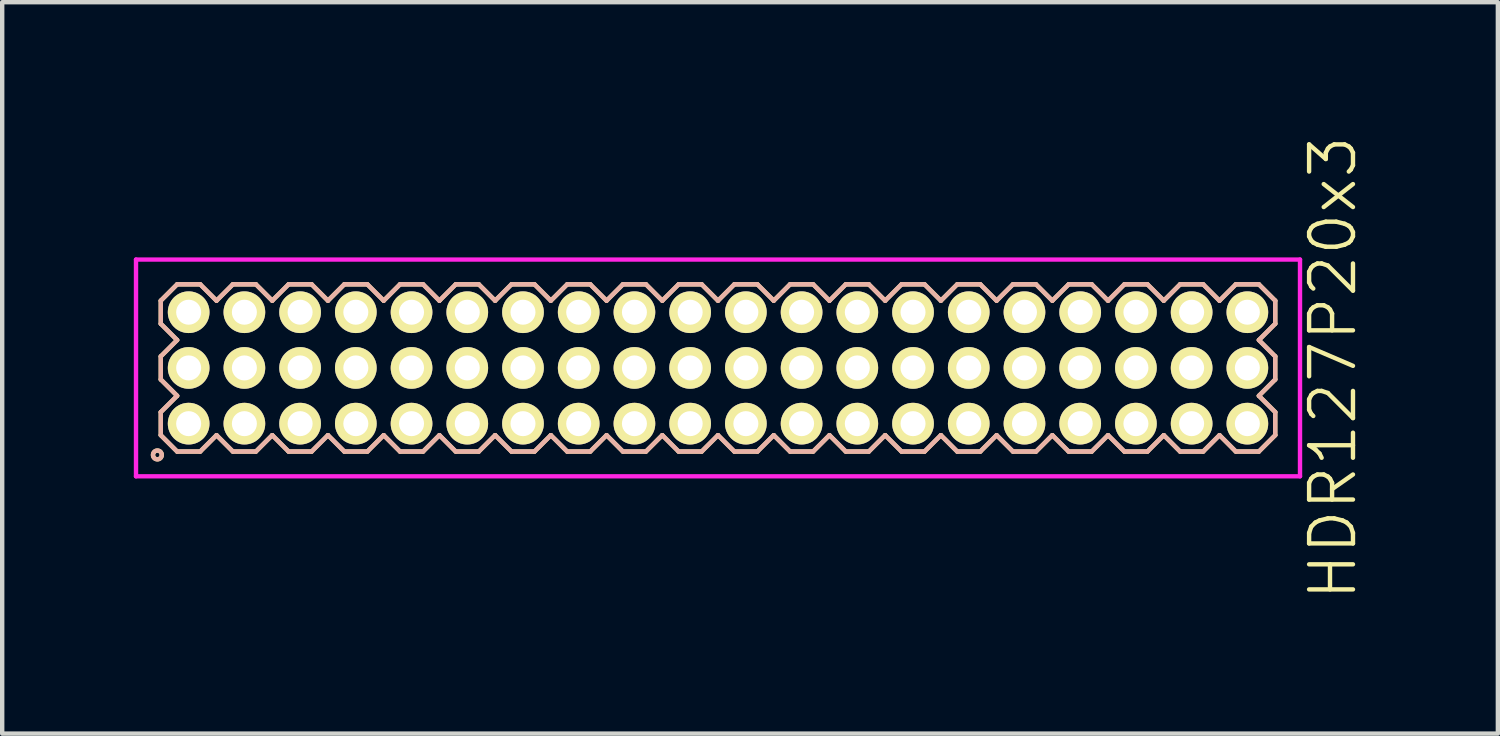
<source format=kicad_pcb>
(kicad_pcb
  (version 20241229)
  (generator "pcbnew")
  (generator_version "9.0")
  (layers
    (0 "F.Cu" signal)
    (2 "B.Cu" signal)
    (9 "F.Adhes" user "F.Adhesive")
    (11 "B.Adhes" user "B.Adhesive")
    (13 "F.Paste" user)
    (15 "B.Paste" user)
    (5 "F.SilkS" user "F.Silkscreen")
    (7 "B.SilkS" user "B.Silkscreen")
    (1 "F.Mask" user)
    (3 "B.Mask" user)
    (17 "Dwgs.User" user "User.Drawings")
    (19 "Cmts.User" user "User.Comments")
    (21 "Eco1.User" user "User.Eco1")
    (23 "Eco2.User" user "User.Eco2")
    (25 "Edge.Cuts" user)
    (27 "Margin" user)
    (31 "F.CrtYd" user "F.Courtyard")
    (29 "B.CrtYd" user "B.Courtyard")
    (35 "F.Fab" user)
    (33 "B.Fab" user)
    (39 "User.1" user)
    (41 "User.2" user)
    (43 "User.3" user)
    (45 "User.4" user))
  (footprint "HDR127P20x3"
    (layer "F.Cu")
    (at 13.315 5.336)
    (property "Reference" "HDR127P20x3" (at 14.015 0 90) (layer "F.SilkS") (effects (font (size 1 1) (thickness 0.1))))
    (attr through_hole)
    (fp_line (start -12.7 -1.533) (end -12.328 -1.905) (stroke (width 0.1) (type solid)) (layer "F.SilkS"))
    (fp_line (start -12.7 -1.007) (end -12.7 -1.533) (stroke (width 0.1) (type solid)) (layer "F.SilkS"))
    (fp_line (start -12.7 -0.263) (end -12.328 -0.635) (stroke (width 0.1) (type solid)) (layer "F.SilkS"))
    (fp_line (start -12.7 0.263) (end -12.7 -0.263) (stroke (width 0.1) (type solid)) (layer "F.SilkS"))
    (fp_line (start -12.7 1.007) (end -12.328 0.635) (stroke (width 0.1) (type solid)) (layer "F.SilkS"))
    (fp_line (start -12.7 1.533) (end -12.7 1.007) (stroke (width 0.1) (type solid)) (layer "F.SilkS"))
    (fp_line (start -12.328 -1.905) (end -11.802 -1.905) (stroke (width 0.1) (type solid)) (layer "F.SilkS"))
    (fp_line (start -12.328 -0.635) (end -12.7 -1.007) (stroke (width 0.1) (type solid)) (layer "F.SilkS"))
    (fp_line (start -12.328 0.635) (end -12.7 0.263) (stroke (width 0.1) (type solid)) (layer "F.SilkS"))
    (fp_line (start -12.328 1.905) (end -12.7 1.533) (stroke (width 0.1) (type solid)) (layer "F.SilkS"))
    (fp_line (start -11.802 -1.905) (end -11.43 -1.533) (stroke (width 0.1) (type solid)) (layer "F.SilkS"))
    (fp_line (start -11.802 1.905) (end -12.328 1.905) (stroke (width 0.1) (type solid)) (layer "F.SilkS"))
    (fp_line (start -11.43 -1.533) (end -11.058 -1.905) (stroke (width 0.1) (type solid)) (layer "F.SilkS"))
    (fp_line (start -11.43 1.533) (end -11.802 1.905) (stroke (width 0.1) (type solid)) (layer "F.SilkS"))
    (fp_line (start -11.058 -1.905) (end -10.532 -1.905) (stroke (width 0.1) (type solid)) (layer "F.SilkS"))
    (fp_line (start -11.058 1.905) (end -11.43 1.533) (stroke (width 0.1) (type solid)) (layer "F.SilkS"))
    (fp_line (start -10.532 -1.905) (end -10.16 -1.533) (stroke (width 0.1) (type solid)) (layer "F.SilkS"))
    (fp_line (start -10.532 1.905) (end -11.058 1.905) (stroke (width 0.1) (type solid)) (layer "F.SilkS"))
    (fp_line (start -10.16 -1.533) (end -9.788 -1.905) (stroke (width 0.1) (type solid)) (layer "F.SilkS"))
    (fp_line (start -10.16 1.533) (end -10.532 1.905) (stroke (width 0.1) (type solid)) (layer "F.SilkS"))
    (fp_line (start -9.788 -1.905) (end -9.262 -1.905) (stroke (width 0.1) (type solid)) (layer "F.SilkS"))
    (fp_line (start -9.788 1.905) (end -10.16 1.533) (stroke (width 0.1) (type solid)) (layer "F.SilkS"))
    (fp_line (start -9.262 -1.905) (end -8.89 -1.533) (stroke (width 0.1) (type solid)) (layer "F.SilkS"))
    (fp_line (start -9.262 1.905) (end -9.788 1.905) (stroke (width 0.1) (type solid)) (layer "F.SilkS"))
    (fp_line (start -8.89 -1.533) (end -8.518 -1.905) (stroke (width 0.1) (type solid)) (layer "F.SilkS"))
    (fp_line (start -8.89 1.533) (end -9.262 1.905) (stroke (width 0.1) (type solid)) (layer "F.SilkS"))
    (fp_line (start -8.518 -1.905) (end -7.992 -1.905) (stroke (width 0.1) (type solid)) (layer "F.SilkS"))
    (fp_line (start -8.518 1.905) (end -8.89 1.533) (stroke (width 0.1) (type solid)) (layer "F.SilkS"))
    (fp_line (start -7.992 -1.905) (end -7.62 -1.533) (stroke (width 0.1) (type solid)) (layer "F.SilkS"))
    (fp_line (start -7.992 1.905) (end -8.518 1.905) (stroke (width 0.1) (type solid)) (layer "F.SilkS"))
    (fp_line (start -7.62 -1.533) (end -7.248 -1.905) (stroke (width 0.1) (type solid)) (layer "F.SilkS"))
    (fp_line (start -7.62 1.533) (end -7.992 1.905) (stroke (width 0.1) (type solid)) (layer "F.SilkS"))
    (fp_line (start -7.248 -1.905) (end -6.722 -1.905) (stroke (width 0.1) (type solid)) (layer "F.SilkS"))
    (fp_line (start -7.248 1.905) (end -7.62 1.533) (stroke (width 0.1) (type solid)) (layer "F.SilkS"))
    (fp_line (start -6.722 -1.905) (end -6.35 -1.533) (stroke (width 0.1) (type solid)) (layer "F.SilkS"))
    (fp_line (start -6.722 1.905) (end -7.248 1.905) (stroke (width 0.1) (type solid)) (layer "F.SilkS"))
    (fp_line (start -6.35 -1.533) (end -5.978 -1.905) (stroke (width 0.1) (type solid)) (layer "F.SilkS"))
    (fp_line (start -6.35 1.533) (end -6.722 1.905) (stroke (width 0.1) (type solid)) (layer "F.SilkS"))
    (fp_line (start -5.978 -1.905) (end -5.452 -1.905) (stroke (width 0.1) (type solid)) (layer "F.SilkS"))
    (fp_line (start -5.978 1.905) (end -6.35 1.533) (stroke (width 0.1) (type solid)) (layer "F.SilkS"))
    (fp_line (start -5.452 -1.905) (end -5.08 -1.533) (stroke (width 0.1) (type solid)) (layer "F.SilkS"))
    (fp_line (start -5.452 1.905) (end -5.978 1.905) (stroke (width 0.1) (type solid)) (layer "F.SilkS"))
    (fp_line (start -5.08 -1.533) (end -4.708 -1.905) (stroke (width 0.1) (type solid)) (layer "F.SilkS"))
    (fp_line (start -5.08 1.533) (end -5.452 1.905) (stroke (width 0.1) (type solid)) (layer "F.SilkS"))
    (fp_line (start -4.708 -1.905) (end -4.182 -1.905) (stroke (width 0.1) (type solid)) (layer "F.SilkS"))
    (fp_line (start -4.708 1.905) (end -5.08 1.533) (stroke (width 0.1) (type solid)) (layer "F.SilkS"))
    (fp_line (start -4.182 -1.905) (end -3.81 -1.533) (stroke (width 0.1) (type solid)) (layer "F.SilkS"))
    (fp_line (start -4.182 1.905) (end -4.708 1.905) (stroke (width 0.1) (type solid)) (layer "F.SilkS"))
    (fp_line (start -3.81 -1.533) (end -3.438 -1.905) (stroke (width 0.1) (type solid)) (layer "F.SilkS"))
    (fp_line (start -3.81 1.533) (end -4.182 1.905) (stroke (width 0.1) (type solid)) (layer "F.SilkS"))
    (fp_line (start -3.438 -1.905) (end -2.912 -1.905) (stroke (width 0.1) (type solid)) (layer "F.SilkS"))
    (fp_line (start -3.438 1.905) (end -3.81 1.533) (stroke (width 0.1) (type solid)) (layer "F.SilkS"))
    (fp_line (start -2.912 -1.905) (end -2.54 -1.533) (stroke (width 0.1) (type solid)) (layer "F.SilkS"))
    (fp_line (start -2.912 1.905) (end -3.438 1.905) (stroke (width 0.1) (type solid)) (layer "F.SilkS"))
    (fp_line (start -2.54 -1.533) (end -2.168 -1.905) (stroke (width 0.1) (type solid)) (layer "F.SilkS"))
    (fp_line (start -2.54 1.533) (end -2.912 1.905) (stroke (width 0.1) (type solid)) (layer "F.SilkS"))
    (fp_line (start -2.168 -1.905) (end -1.642 -1.905) (stroke (width 0.1) (type solid)) (layer "F.SilkS"))
    (fp_line (start -2.168 1.905) (end -2.54 1.533) (stroke (width 0.1) (type solid)) (layer "F.SilkS"))
    (fp_line (start -1.642 -1.905) (end -1.27 -1.533) (stroke (width 0.1) (type solid)) (layer "F.SilkS"))
    (fp_line (start -1.642 1.905) (end -2.168 1.905) (stroke (width 0.1) (type solid)) (layer "F.SilkS"))
    (fp_line (start -1.27 -1.533) (end -0.898 -1.905) (stroke (width 0.1) (type solid)) (layer "F.SilkS"))
    (fp_line (start -1.27 1.533) (end -1.642 1.905) (stroke (width 0.1) (type solid)) (layer "F.SilkS"))
    (fp_line (start -0.898 -1.905) (end -0.372 -1.905) (stroke (width 0.1) (type solid)) (layer "F.SilkS"))
    (fp_line (start -0.898 1.905) (end -1.27 1.533) (stroke (width 0.1) (type solid)) (layer "F.SilkS"))
    (fp_line (start -0.372 -1.905) (end 0 -1.533) (stroke (width 0.1) (type solid)) (layer "F.SilkS"))
    (fp_line (start -0.372 1.905) (end -0.898 1.905) (stroke (width 0.1) (type solid)) (layer "F.SilkS"))
    (fp_line (start 0 -1.533) (end 0.372 -1.905) (stroke (width 0.1) (type solid)) (layer "F.SilkS"))
    (fp_line (start 0 1.533) (end -0.372 1.905) (stroke (width 0.1) (type solid)) (layer "F.SilkS"))
    (fp_line (start 0.372 -1.905) (end 0.898 -1.905) (stroke (width 0.1) (type solid)) (layer "F.SilkS"))
    (fp_line (start 0.372 1.905) (end 0 1.533) (stroke (width 0.1) (type solid)) (layer "F.SilkS"))
    (fp_line (start 0.898 -1.905) (end 1.27 -1.533) (stroke (width 0.1) (type solid)) (layer "F.SilkS"))
    (fp_line (start 0.898 1.905) (end 0.372 1.905) (stroke (width 0.1) (type solid)) (layer "F.SilkS"))
    (fp_line (start 1.27 -1.533) (end 1.642 -1.905) (stroke (width 0.1) (type solid)) (layer "F.SilkS"))
    (fp_line (start 1.27 1.533) (end 0.898 1.905) (stroke (width 0.1) (type solid)) (layer "F.SilkS"))
    (fp_line (start 1.642 -1.905) (end 2.168 -1.905) (stroke (width 0.1) (type solid)) (layer "F.SilkS"))
    (fp_line (start 1.642 1.905) (end 1.27 1.533) (stroke (width 0.1) (type solid)) (layer "F.SilkS"))
    (fp_line (start 2.168 -1.905) (end 2.54 -1.533) (stroke (width 0.1) (type solid)) (layer "F.SilkS"))
    (fp_line (start 2.168 1.905) (end 1.642 1.905) (stroke (width 0.1) (type solid)) (layer "F.SilkS"))
    (fp_line (start 2.54 -1.533) (end 2.912 -1.905) (stroke (width 0.1) (type solid)) (layer "F.SilkS"))
    (fp_line (start 2.54 1.533) (end 2.168 1.905) (stroke (width 0.1) (type solid)) (layer "F.SilkS"))
    (fp_line (start 2.912 -1.905) (end 3.438 -1.905) (stroke (width 0.1) (type solid)) (layer "F.SilkS"))
    (fp_line (start 2.912 1.905) (end 2.54 1.533) (stroke (width 0.1) (type solid)) (layer "F.SilkS"))
    (fp_line (start 3.438 -1.905) (end 3.81 -1.533) (stroke (width 0.1) (type solid)) (layer "F.SilkS"))
    (fp_line (start 3.438 1.905) (end 2.912 1.905) (stroke (width 0.1) (type solid)) (layer "F.SilkS"))
    (fp_line (start 3.81 -1.533) (end 4.182 -1.905) (stroke (width 0.1) (type solid)) (layer "F.SilkS"))
    (fp_line (start 3.81 1.533) (end 3.438 1.905) (stroke (width 0.1) (type solid)) (layer "F.SilkS"))
    (fp_line (start 4.182 -1.905) (end 4.708 -1.905) (stroke (width 0.1) (type solid)) (layer "F.SilkS"))
    (fp_line (start 4.182 1.905) (end 3.81 1.533) (stroke (width 0.1) (type solid)) (layer "F.SilkS"))
    (fp_line (start 4.708 -1.905) (end 5.08 -1.533) (stroke (width 0.1) (type solid)) (layer "F.SilkS"))
    (fp_line (start 4.708 1.905) (end 4.182 1.905) (stroke (width 0.1) (type solid)) (layer "F.SilkS"))
    (fp_line (start 5.08 -1.533) (end 5.452 -1.905) (stroke (width 0.1) (type solid)) (layer "F.SilkS"))
    (fp_line (start 5.08 1.533) (end 4.708 1.905) (stroke (width 0.1) (type solid)) (layer "F.SilkS"))
    (fp_line (start 5.452 -1.905) (end 5.978 -1.905) (stroke (width 0.1) (type solid)) (layer "F.SilkS"))
    (fp_line (start 5.452 1.905) (end 5.08 1.533) (stroke (width 0.1) (type solid)) (layer "F.SilkS"))
    (fp_line (start 5.978 -1.905) (end 6.35 -1.533) (stroke (width 0.1) (type solid)) (layer "F.SilkS"))
    (fp_line (start 5.978 1.905) (end 5.452 1.905) (stroke (width 0.1) (type solid)) (layer "F.SilkS"))
    (fp_line (start 6.35 -1.533) (end 6.722 -1.905) (stroke (width 0.1) (type solid)) (layer "F.SilkS"))
    (fp_line (start 6.35 1.533) (end 5.978 1.905) (stroke (width 0.1) (type solid)) (layer "F.SilkS"))
    (fp_line (start 6.722 -1.905) (end 7.248 -1.905) (stroke (width 0.1) (type solid)) (layer "F.SilkS"))
    (fp_line (start 6.722 1.905) (end 6.35 1.533) (stroke (width 0.1) (type solid)) (layer "F.SilkS"))
    (fp_line (start 7.248 -1.905) (end 7.62 -1.533) (stroke (width 0.1) (type solid)) (layer "F.SilkS"))
    (fp_line (start 7.248 1.905) (end 6.722 1.905) (stroke (width 0.1) (type solid)) (layer "F.SilkS"))
    (fp_line (start 7.62 -1.533) (end 7.992 -1.905) (stroke (width 0.1) (type solid)) (layer "F.SilkS"))
    (fp_line (start 7.62 1.533) (end 7.248 1.905) (stroke (width 0.1) (type solid)) (layer "F.SilkS"))
    (fp_line (start 7.992 -1.905) (end 8.518 -1.905) (stroke (width 0.1) (type solid)) (layer "F.SilkS"))
    (fp_line (start 7.992 1.905) (end 7.62 1.533) (stroke (width 0.1) (type solid)) (layer "F.SilkS"))
    (fp_line (start 8.518 -1.905) (end 8.89 -1.533) (stroke (width 0.1) (type solid)) (layer "F.SilkS"))
    (fp_line (start 8.518 1.905) (end 7.992 1.905) (stroke (width 0.1) (type solid)) (layer "F.SilkS"))
    (fp_line (start 8.89 -1.533) (end 9.262 -1.905) (stroke (width 0.1) (type solid)) (layer "F.SilkS"))
    (fp_line (start 8.89 1.533) (end 8.518 1.905) (stroke (width 0.1) (type solid)) (layer "F.SilkS"))
    (fp_line (start 9.262 -1.905) (end 9.788 -1.905) (stroke (width 0.1) (type solid)) (layer "F.SilkS"))
    (fp_line (start 9.262 1.905) (end 8.89 1.533) (stroke (width 0.1) (type solid)) (layer "F.SilkS"))
    (fp_line (start 9.788 -1.905) (end 10.16 -1.533) (stroke (width 0.1) (type solid)) (layer "F.SilkS"))
    (fp_line (start 9.788 1.905) (end 9.262 1.905) (stroke (width 0.1) (type solid)) (layer "F.SilkS"))
    (fp_line (start 10.16 -1.533) (end 10.532 -1.905) (stroke (width 0.1) (type solid)) (layer "F.SilkS"))
    (fp_line (start 10.16 1.533) (end 9.788 1.905) (stroke (width 0.1) (type solid)) (layer "F.SilkS"))
    (fp_line (start 10.532 -1.905) (end 11.058 -1.905) (stroke (width 0.1) (type solid)) (layer "F.SilkS"))
    (fp_line (start 10.532 1.905) (end 10.16 1.533) (stroke (width 0.1) (type solid)) (layer "F.SilkS"))
    (fp_line (start 11.058 -1.905) (end 11.43 -1.533) (stroke (width 0.1) (type solid)) (layer "F.SilkS"))
    (fp_line (start 11.058 1.905) (end 10.532 1.905) (stroke (width 0.1) (type solid)) (layer "F.SilkS"))
    (fp_line (start 11.43 -1.533) (end 11.802 -1.905) (stroke (width 0.1) (type solid)) (layer "F.SilkS"))
    (fp_line (start 11.43 1.533) (end 11.058 1.905) (stroke (width 0.1) (type solid)) (layer "F.SilkS"))
    (fp_line (start 11.802 -1.905) (end 12.328 -1.905) (stroke (width 0.1) (type solid)) (layer "F.SilkS"))
    (fp_line (start 11.802 1.905) (end 11.43 1.533) (stroke (width 0.1) (type solid)) (layer "F.SilkS"))
    (fp_line (start 12.328 -1.905) (end 12.7 -1.533) (stroke (width 0.1) (type solid)) (layer "F.SilkS"))
    (fp_line (start 12.328 -0.635) (end 12.7 -0.263) (stroke (width 0.1) (type solid)) (layer "F.SilkS"))
    (fp_line (start 12.328 0.635) (end 12.7 1.007) (stroke (width 0.1) (type solid)) (layer "F.SilkS"))
    (fp_line (start 12.328 1.905) (end 11.802 1.905) (stroke (width 0.1) (type solid)) (layer "F.SilkS"))
    (fp_line (start 12.7 -1.533) (end 12.7 -1.007) (stroke (width 0.1) (type solid)) (layer "F.SilkS"))
    (fp_line (start 12.7 -1.007) (end 12.328 -0.635) (stroke (width 0.1) (type solid)) (layer "F.SilkS"))
    (fp_line (start 12.7 -0.263) (end 12.7 0.263) (stroke (width 0.1) (type solid)) (layer "F.SilkS"))
    (fp_line (start 12.7 0.263) (end 12.328 0.635) (stroke (width 0.1) (type solid)) (layer "F.SilkS"))
    (fp_line (start 12.7 1.007) (end 12.7 1.533) (stroke (width 0.1) (type solid)) (layer "F.SilkS"))
    (fp_line (start 12.7 1.533) (end 12.328 1.905) (stroke (width 0.1) (type solid)) (layer "F.SilkS"))
    (fp_circle (center -12.778 1.983) (end -12.678 1.983) (stroke (width 0.1) (type solid)) (fill no) (layer "F.SilkS"))
    (fp_line (start -12.7 -1.533) (end -12.328 -1.905) (stroke (width 0.1) (type solid)) (layer "B.SilkS"))
    (fp_line (start -12.7 -1.007) (end -12.7 -1.533) (stroke (width 0.1) (type solid)) (layer "B.SilkS"))
    (fp_line (start -12.7 -0.263) (end -12.328 -0.635) (stroke (width 0.1) (type solid)) (layer "B.SilkS"))
    (fp_line (start -12.7 0.263) (end -12.7 -0.263) (stroke (width 0.1) (type solid)) (layer "B.SilkS"))
    (fp_line (start -12.7 1.007) (end -12.328 0.635) (stroke (width 0.1) (type solid)) (layer "B.SilkS"))
    (fp_line (start -12.7 1.533) (end -12.7 1.007) (stroke (width 0.1) (type solid)) (layer "B.SilkS"))
    (fp_line (start -12.328 -1.905) (end -11.802 -1.905) (stroke (width 0.1) (type solid)) (layer "B.SilkS"))
    (fp_line (start -12.328 -0.635) (end -12.7 -1.007) (stroke (width 0.1) (type solid)) (layer "B.SilkS"))
    (fp_line (start -12.328 0.635) (end -12.7 0.263) (stroke (width 0.1) (type solid)) (layer "B.SilkS"))
    (fp_line (start -12.328 1.905) (end -12.7 1.533) (stroke (width 0.1) (type solid)) (layer "B.SilkS"))
    (fp_line (start -11.802 -1.905) (end -11.43 -1.533) (stroke (width 0.1) (type solid)) (layer "B.SilkS"))
    (fp_line (start -11.802 1.905) (end -12.328 1.905) (stroke (width 0.1) (type solid)) (layer "B.SilkS"))
    (fp_line (start -11.43 -1.533) (end -11.058 -1.905) (stroke (width 0.1) (type solid)) (layer "B.SilkS"))
    (fp_line (start -11.43 1.533) (end -11.802 1.905) (stroke (width 0.1) (type solid)) (layer "B.SilkS"))
    (fp_line (start -11.058 -1.905) (end -10.532 -1.905) (stroke (width 0.1) (type solid)) (layer "B.SilkS"))
    (fp_line (start -11.058 1.905) (end -11.43 1.533) (stroke (width 0.1) (type solid)) (layer "B.SilkS"))
    (fp_line (start -10.532 -1.905) (end -10.16 -1.533) (stroke (width 0.1) (type solid)) (layer "B.SilkS"))
    (fp_line (start -10.532 1.905) (end -11.058 1.905) (stroke (width 0.1) (type solid)) (layer "B.SilkS"))
    (fp_line (start -10.16 -1.533) (end -9.788 -1.905) (stroke (width 0.1) (type solid)) (layer "B.SilkS"))
    (fp_line (start -10.16 1.533) (end -10.532 1.905) (stroke (width 0.1) (type solid)) (layer "B.SilkS"))
    (fp_line (start -9.788 -1.905) (end -9.262 -1.905) (stroke (width 0.1) (type solid)) (layer "B.SilkS"))
    (fp_line (start -9.788 1.905) (end -10.16 1.533) (stroke (width 0.1) (type solid)) (layer "B.SilkS"))
    (fp_line (start -9.262 -1.905) (end -8.89 -1.533) (stroke (width 0.1) (type solid)) (layer "B.SilkS"))
    (fp_line (start -9.262 1.905) (end -9.788 1.905) (stroke (width 0.1) (type solid)) (layer "B.SilkS"))
    (fp_line (start -8.89 -1.533) (end -8.518 -1.905) (stroke (width 0.1) (type solid)) (layer "B.SilkS"))
    (fp_line (start -8.89 1.533) (end -9.262 1.905) (stroke (width 0.1) (type solid)) (layer "B.SilkS"))
    (fp_line (start -8.518 -1.905) (end -7.992 -1.905) (stroke (width 0.1) (type solid)) (layer "B.SilkS"))
    (fp_line (start -8.518 1.905) (end -8.89 1.533) (stroke (width 0.1) (type solid)) (layer "B.SilkS"))
    (fp_line (start -7.992 -1.905) (end -7.62 -1.533) (stroke (width 0.1) (type solid)) (layer "B.SilkS"))
    (fp_line (start -7.992 1.905) (end -8.518 1.905) (stroke (width 0.1) (type solid)) (layer "B.SilkS"))
    (fp_line (start -7.62 -1.533) (end -7.248 -1.905) (stroke (width 0.1) (type solid)) (layer "B.SilkS"))
    (fp_line (start -7.62 1.533) (end -7.992 1.905) (stroke (width 0.1) (type solid)) (layer "B.SilkS"))
    (fp_line (start -7.248 -1.905) (end -6.722 -1.905) (stroke (width 0.1) (type solid)) (layer "B.SilkS"))
    (fp_line (start -7.248 1.905) (end -7.62 1.533) (stroke (width 0.1) (type solid)) (layer "B.SilkS"))
    (fp_line (start -6.722 -1.905) (end -6.35 -1.533) (stroke (width 0.1) (type solid)) (layer "B.SilkS"))
    (fp_line (start -6.722 1.905) (end -7.248 1.905) (stroke (width 0.1) (type solid)) (layer "B.SilkS"))
    (fp_line (start -6.35 -1.533) (end -5.978 -1.905) (stroke (width 0.1) (type solid)) (layer "B.SilkS"))
    (fp_line (start -6.35 1.533) (end -6.722 1.905) (stroke (width 0.1) (type solid)) (layer "B.SilkS"))
    (fp_line (start -5.978 -1.905) (end -5.452 -1.905) (stroke (width 0.1) (type solid)) (layer "B.SilkS"))
    (fp_line (start -5.978 1.905) (end -6.35 1.533) (stroke (width 0.1) (type solid)) (layer "B.SilkS"))
    (fp_line (start -5.452 -1.905) (end -5.08 -1.533) (stroke (width 0.1) (type solid)) (layer "B.SilkS"))
    (fp_line (start -5.452 1.905) (end -5.978 1.905) (stroke (width 0.1) (type solid)) (layer "B.SilkS"))
    (fp_line (start -5.08 -1.533) (end -4.708 -1.905) (stroke (width 0.1) (type solid)) (layer "B.SilkS"))
    (fp_line (start -5.08 1.533) (end -5.452 1.905) (stroke (width 0.1) (type solid)) (layer "B.SilkS"))
    (fp_line (start -4.708 -1.905) (end -4.182 -1.905) (stroke (width 0.1) (type solid)) (layer "B.SilkS"))
    (fp_line (start -4.708 1.905) (end -5.08 1.533) (stroke (width 0.1) (type solid)) (layer "B.SilkS"))
    (fp_line (start -4.182 -1.905) (end -3.81 -1.533) (stroke (width 0.1) (type solid)) (layer "B.SilkS"))
    (fp_line (start -4.182 1.905) (end -4.708 1.905) (stroke (width 0.1) (type solid)) (layer "B.SilkS"))
    (fp_line (start -3.81 -1.533) (end -3.438 -1.905) (stroke (width 0.1) (type solid)) (layer "B.SilkS"))
    (fp_line (start -3.81 1.533) (end -4.182 1.905) (stroke (width 0.1) (type solid)) (layer "B.SilkS"))
    (fp_line (start -3.438 -1.905) (end -2.912 -1.905) (stroke (width 0.1) (type solid)) (layer "B.SilkS"))
    (fp_line (start -3.438 1.905) (end -3.81 1.533) (stroke (width 0.1) (type solid)) (layer "B.SilkS"))
    (fp_line (start -2.912 -1.905) (end -2.54 -1.533) (stroke (width 0.1) (type solid)) (layer "B.SilkS"))
    (fp_line (start -2.912 1.905) (end -3.438 1.905) (stroke (width 0.1) (type solid)) (layer "B.SilkS"))
    (fp_line (start -2.54 -1.533) (end -2.168 -1.905) (stroke (width 0.1) (type solid)) (layer "B.SilkS"))
    (fp_line (start -2.54 1.533) (end -2.912 1.905) (stroke (width 0.1) (type solid)) (layer "B.SilkS"))
    (fp_line (start -2.168 -1.905) (end -1.642 -1.905) (stroke (width 0.1) (type solid)) (layer "B.SilkS"))
    (fp_line (start -2.168 1.905) (end -2.54 1.533) (stroke (width 0.1) (type solid)) (layer "B.SilkS"))
    (fp_line (start -1.642 -1.905) (end -1.27 -1.533) (stroke (width 0.1) (type solid)) (layer "B.SilkS"))
    (fp_line (start -1.642 1.905) (end -2.168 1.905) (stroke (width 0.1) (type solid)) (layer "B.SilkS"))
    (fp_line (start -1.27 -1.533) (end -0.898 -1.905) (stroke (width 0.1) (type solid)) (layer "B.SilkS"))
    (fp_line (start -1.27 1.533) (end -1.642 1.905) (stroke (width 0.1) (type solid)) (layer "B.SilkS"))
    (fp_line (start -0.898 -1.905) (end -0.372 -1.905) (stroke (width 0.1) (type solid)) (layer "B.SilkS"))
    (fp_line (start -0.898 1.905) (end -1.27 1.533) (stroke (width 0.1) (type solid)) (layer "B.SilkS"))
    (fp_line (start -0.372 -1.905) (end 0 -1.533) (stroke (width 0.1) (type solid)) (layer "B.SilkS"))
    (fp_line (start -0.372 1.905) (end -0.898 1.905) (stroke (width 0.1) (type solid)) (layer "B.SilkS"))
    (fp_line (start 0 -1.533) (end 0.372 -1.905) (stroke (width 0.1) (type solid)) (layer "B.SilkS"))
    (fp_line (start 0 1.533) (end -0.372 1.905) (stroke (width 0.1) (type solid)) (layer "B.SilkS"))
    (fp_line (start 0.372 -1.905) (end 0.898 -1.905) (stroke (width 0.1) (type solid)) (layer "B.SilkS"))
    (fp_line (start 0.372 1.905) (end 0 1.533) (stroke (width 0.1) (type solid)) (layer "B.SilkS"))
    (fp_line (start 0.898 -1.905) (end 1.27 -1.533) (stroke (width 0.1) (type solid)) (layer "B.SilkS"))
    (fp_line (start 0.898 1.905) (end 0.372 1.905) (stroke (width 0.1) (type solid)) (layer "B.SilkS"))
    (fp_line (start 1.27 -1.533) (end 1.642 -1.905) (stroke (width 0.1) (type solid)) (layer "B.SilkS"))
    (fp_line (start 1.27 1.533) (end 0.898 1.905) (stroke (width 0.1) (type solid)) (layer "B.SilkS"))
    (fp_line (start 1.642 -1.905) (end 2.168 -1.905) (stroke (width 0.1) (type solid)) (layer "B.SilkS"))
    (fp_line (start 1.642 1.905) (end 1.27 1.533) (stroke (width 0.1) (type solid)) (layer "B.SilkS"))
    (fp_line (start 2.168 -1.905) (end 2.54 -1.533) (stroke (width 0.1) (type solid)) (layer "B.SilkS"))
    (fp_line (start 2.168 1.905) (end 1.642 1.905) (stroke (width 0.1) (type solid)) (layer "B.SilkS"))
    (fp_line (start 2.54 -1.533) (end 2.912 -1.905) (stroke (width 0.1) (type solid)) (layer "B.SilkS"))
    (fp_line (start 2.54 1.533) (end 2.168 1.905) (stroke (width 0.1) (type solid)) (layer "B.SilkS"))
    (fp_line (start 2.912 -1.905) (end 3.438 -1.905) (stroke (width 0.1) (type solid)) (layer "B.SilkS"))
    (fp_line (start 2.912 1.905) (end 2.54 1.533) (stroke (width 0.1) (type solid)) (layer "B.SilkS"))
    (fp_line (start 3.438 -1.905) (end 3.81 -1.533) (stroke (width 0.1) (type solid)) (layer "B.SilkS"))
    (fp_line (start 3.438 1.905) (end 2.912 1.905) (stroke (width 0.1) (type solid)) (layer "B.SilkS"))
    (fp_line (start 3.81 -1.533) (end 4.182 -1.905) (stroke (width 0.1) (type solid)) (layer "B.SilkS"))
    (fp_line (start 3.81 1.533) (end 3.438 1.905) (stroke (width 0.1) (type solid)) (layer "B.SilkS"))
    (fp_line (start 4.182 -1.905) (end 4.708 -1.905) (stroke (width 0.1) (type solid)) (layer "B.SilkS"))
    (fp_line (start 4.182 1.905) (end 3.81 1.533) (stroke (width 0.1) (type solid)) (layer "B.SilkS"))
    (fp_line (start 4.708 -1.905) (end 5.08 -1.533) (stroke (width 0.1) (type solid)) (layer "B.SilkS"))
    (fp_line (start 4.708 1.905) (end 4.182 1.905) (stroke (width 0.1) (type solid)) (layer "B.SilkS"))
    (fp_line (start 5.08 -1.533) (end 5.452 -1.905) (stroke (width 0.1) (type solid)) (layer "B.SilkS"))
    (fp_line (start 5.08 1.533) (end 4.708 1.905) (stroke (width 0.1) (type solid)) (layer "B.SilkS"))
    (fp_line (start 5.452 -1.905) (end 5.978 -1.905) (stroke (width 0.1) (type solid)) (layer "B.SilkS"))
    (fp_line (start 5.452 1.905) (end 5.08 1.533) (stroke (width 0.1) (type solid)) (layer "B.SilkS"))
    (fp_line (start 5.978 -1.905) (end 6.35 -1.533) (stroke (width 0.1) (type solid)) (layer "B.SilkS"))
    (fp_line (start 5.978 1.905) (end 5.452 1.905) (stroke (width 0.1) (type solid)) (layer "B.SilkS"))
    (fp_line (start 6.35 -1.533) (end 6.722 -1.905) (stroke (width 0.1) (type solid)) (layer "B.SilkS"))
    (fp_line (start 6.35 1.533) (end 5.978 1.905) (stroke (width 0.1) (type solid)) (layer "B.SilkS"))
    (fp_line (start 6.722 -1.905) (end 7.248 -1.905) (stroke (width 0.1) (type solid)) (layer "B.SilkS"))
    (fp_line (start 6.722 1.905) (end 6.35 1.533) (stroke (width 0.1) (type solid)) (layer "B.SilkS"))
    (fp_line (start 7.248 -1.905) (end 7.62 -1.533) (stroke (width 0.1) (type solid)) (layer "B.SilkS"))
    (fp_line (start 7.248 1.905) (end 6.722 1.905) (stroke (width 0.1) (type solid)) (layer "B.SilkS"))
    (fp_line (start 7.62 -1.533) (end 7.992 -1.905) (stroke (width 0.1) (type solid)) (layer "B.SilkS"))
    (fp_line (start 7.62 1.533) (end 7.248 1.905) (stroke (width 0.1) (type solid)) (layer "B.SilkS"))
    (fp_line (start 7.992 -1.905) (end 8.518 -1.905) (stroke (width 0.1) (type solid)) (layer "B.SilkS"))
    (fp_line (start 7.992 1.905) (end 7.62 1.533) (stroke (width 0.1) (type solid)) (layer "B.SilkS"))
    (fp_line (start 8.518 -1.905) (end 8.89 -1.533) (stroke (width 0.1) (type solid)) (layer "B.SilkS"))
    (fp_line (start 8.518 1.905) (end 7.992 1.905) (stroke (width 0.1) (type solid)) (layer "B.SilkS"))
    (fp_line (start 8.89 -1.533) (end 9.262 -1.905) (stroke (width 0.1) (type solid)) (layer "B.SilkS"))
    (fp_line (start 8.89 1.533) (end 8.518 1.905) (stroke (width 0.1) (type solid)) (layer "B.SilkS"))
    (fp_line (start 9.262 -1.905) (end 9.788 -1.905) (stroke (width 0.1) (type solid)) (layer "B.SilkS"))
    (fp_line (start 9.262 1.905) (end 8.89 1.533) (stroke (width 0.1) (type solid)) (layer "B.SilkS"))
    (fp_line (start 9.788 -1.905) (end 10.16 -1.533) (stroke (width 0.1) (type solid)) (layer "B.SilkS"))
    (fp_line (start 9.788 1.905) (end 9.262 1.905) (stroke (width 0.1) (type solid)) (layer "B.SilkS"))
    (fp_line (start 10.16 -1.533) (end 10.532 -1.905) (stroke (width 0.1) (type solid)) (layer "B.SilkS"))
    (fp_line (start 10.16 1.533) (end 9.788 1.905) (stroke (width 0.1) (type solid)) (layer "B.SilkS"))
    (fp_line (start 10.532 -1.905) (end 11.058 -1.905) (stroke (width 0.1) (type solid)) (layer "B.SilkS"))
    (fp_line (start 10.532 1.905) (end 10.16 1.533) (stroke (width 0.1) (type solid)) (layer "B.SilkS"))
    (fp_line (start 11.058 -1.905) (end 11.43 -1.533) (stroke (width 0.1) (type solid)) (layer "B.SilkS"))
    (fp_line (start 11.058 1.905) (end 10.532 1.905) (stroke (width 0.1) (type solid)) (layer "B.SilkS"))
    (fp_line (start 11.43 -1.533) (end 11.802 -1.905) (stroke (width 0.1) (type solid)) (layer "B.SilkS"))
    (fp_line (start 11.43 1.533) (end 11.058 1.905) (stroke (width 0.1) (type solid)) (layer "B.SilkS"))
    (fp_line (start 11.802 -1.905) (end 12.328 -1.905) (stroke (width 0.1) (type solid)) (layer "B.SilkS"))
    (fp_line (start 11.802 1.905) (end 11.43 1.533) (stroke (width 0.1) (type solid)) (layer "B.SilkS"))
    (fp_line (start 12.328 -1.905) (end 12.7 -1.533) (stroke (width 0.1) (type solid)) (layer "B.SilkS"))
    (fp_line (start 12.328 -0.635) (end 12.7 -0.263) (stroke (width 0.1) (type solid)) (layer "B.SilkS"))
    (fp_line (start 12.328 0.635) (end 12.7 1.007) (stroke (width 0.1) (type solid)) (layer "B.SilkS"))
    (fp_line (start 12.328 1.905) (end 11.802 1.905) (stroke (width 0.1) (type solid)) (layer "B.SilkS"))
    (fp_line (start 12.7 -1.533) (end 12.7 -1.007) (stroke (width 0.1) (type solid)) (layer "B.SilkS"))
    (fp_line (start 12.7 -1.007) (end 12.328 -0.635) (stroke (width 0.1) (type solid)) (layer "B.SilkS"))
    (fp_line (start 12.7 -0.263) (end 12.7 0.263) (stroke (width 0.1) (type solid)) (layer "B.SilkS"))
    (fp_line (start 12.7 0.263) (end 12.328 0.635) (stroke (width 0.1) (type solid)) (layer "B.SilkS"))
    (fp_line (start 12.7 1.007) (end 12.7 1.533) (stroke (width 0.1) (type solid)) (layer "B.SilkS"))
    (fp_line (start 12.7 1.533) (end 12.328 1.905) (stroke (width 0.1) (type solid)) (layer "B.SilkS"))
    (fp_circle (center -12.778 1.983) (end -12.678 1.983) (stroke (width 0.1) (type solid)) (fill no) (layer "B.SilkS"))
    (fp_line (start -13.265 -2.47) (end -13.265 2.47) (stroke (width 0.1) (type solid)) (layer "F.CrtYd"))
    (fp_line (start -13.265 2.47) (end 13.265 2.47) (stroke (width 0.1) (type solid)) (layer "F.CrtYd"))
    (fp_line (start 13.265 -2.47) (end -13.265 -2.47) (stroke (width 0.1) (type solid)) (layer "F.CrtYd"))
    (fp_line (start 13.265 2.47) (end 13.265 -2.47) (stroke (width 0.1) (type solid)) (layer "F.CrtYd"))
    (pad "1" thru_hole oval (at -12.065 1.27) (size 0.95 0.95) (drill 0.57) (layers "*.Cu" "*.Mask" "F.SilkS"))
    (pad "2" thru_hole oval (at -12.065 0) (size 0.95 0.95) (drill 0.57) (layers "*.Cu" "*.Mask" "F.SilkS"))
    (pad "3" thru_hole oval (at -12.065 -1.27) (size 0.95 0.95) (drill 0.57) (layers "*.Cu" "*.Mask" "F.SilkS"))
    (pad "4" thru_hole oval (at -10.795 1.27) (size 0.95 0.95) (drill 0.57) (layers "*.Cu" "*.Mask" "F.SilkS"))
    (pad "5" thru_hole oval (at -10.795 0) (size 0.95 0.95) (drill 0.57) (layers "*.Cu" "*.Mask" "F.SilkS"))
    (pad "6" thru_hole oval (at -10.795 -1.27) (size 0.95 0.95) (drill 0.57) (layers "*.Cu" "*.Mask" "F.SilkS"))
    (pad "7" thru_hole oval (at -9.525 1.27) (size 0.95 0.95) (drill 0.57) (layers "*.Cu" "*.Mask" "F.SilkS"))
    (pad "8" thru_hole oval (at -9.525 0) (size 0.95 0.95) (drill 0.57) (layers "*.Cu" "*.Mask" "F.SilkS"))
    (pad "9" thru_hole oval (at -9.525 -1.27) (size 0.95 0.95) (drill 0.57) (layers "*.Cu" "*.Mask" "F.SilkS"))
    (pad "10" thru_hole oval (at -8.255 1.27) (size 0.95 0.95) (drill 0.57) (layers "*.Cu" "*.Mask" "F.SilkS"))
    (pad "11" thru_hole oval (at -8.255 0) (size 0.95 0.95) (drill 0.57) (layers "*.Cu" "*.Mask" "F.SilkS"))
    (pad "12" thru_hole oval (at -8.255 -1.27) (size 0.95 0.95) (drill 0.57) (layers "*.Cu" "*.Mask" "F.SilkS"))
    (pad "13" thru_hole oval (at -6.985 1.27) (size 0.95 0.95) (drill 0.57) (layers "*.Cu" "*.Mask" "F.SilkS"))
    (pad "14" thru_hole oval (at -6.985 0) (size 0.95 0.95) (drill 0.57) (layers "*.Cu" "*.Mask" "F.SilkS"))
    (pad "15" thru_hole oval (at -6.985 -1.27) (size 0.95 0.95) (drill 0.57) (layers "*.Cu" "*.Mask" "F.SilkS"))
    (pad "16" thru_hole oval (at -5.715 1.27) (size 0.95 0.95) (drill 0.57) (layers "*.Cu" "*.Mask" "F.SilkS"))
    (pad "17" thru_hole oval (at -5.715 0) (size 0.95 0.95) (drill 0.57) (layers "*.Cu" "*.Mask" "F.SilkS"))
    (pad "18" thru_hole oval (at -5.715 -1.27) (size 0.95 0.95) (drill 0.57) (layers "*.Cu" "*.Mask" "F.SilkS"))
    (pad "19" thru_hole oval (at -4.445 1.27) (size 0.95 0.95) (drill 0.57) (layers "*.Cu" "*.Mask" "F.SilkS"))
    (pad "20" thru_hole oval (at -4.445 0) (size 0.95 0.95) (drill 0.57) (layers "*.Cu" "*.Mask" "F.SilkS"))
    (pad "21" thru_hole oval (at -4.445 -1.27) (size 0.95 0.95) (drill 0.57) (layers "*.Cu" "*.Mask" "F.SilkS"))
    (pad "22" thru_hole oval (at -3.175 1.27) (size 0.95 0.95) (drill 0.57) (layers "*.Cu" "*.Mask" "F.SilkS"))
    (pad "23" thru_hole oval (at -3.175 0) (size 0.95 0.95) (drill 0.57) (layers "*.Cu" "*.Mask" "F.SilkS"))
    (pad "24" thru_hole oval (at -3.175 -1.27) (size 0.95 0.95) (drill 0.57) (layers "*.Cu" "*.Mask" "F.SilkS"))
    (pad "25" thru_hole oval (at -1.905 1.27) (size 0.95 0.95) (drill 0.57) (layers "*.Cu" "*.Mask" "F.SilkS"))
    (pad "26" thru_hole oval (at -1.905 0) (size 0.95 0.95) (drill 0.57) (layers "*.Cu" "*.Mask" "F.SilkS"))
    (pad "27" thru_hole oval (at -1.905 -1.27) (size 0.95 0.95) (drill 0.57) (layers "*.Cu" "*.Mask" "F.SilkS"))
    (pad "28" thru_hole oval (at -0.635 1.27) (size 0.95 0.95) (drill 0.57) (layers "*.Cu" "*.Mask" "F.SilkS"))
    (pad "29" thru_hole oval (at -0.635 0) (size 0.95 0.95) (drill 0.57) (layers "*.Cu" "*.Mask" "F.SilkS"))
    (pad "30" thru_hole oval (at -0.635 -1.27) (size 0.95 0.95) (drill 0.57) (layers "*.Cu" "*.Mask" "F.SilkS"))
    (pad "31" thru_hole oval (at 0.635 1.27) (size 0.95 0.95) (drill 0.57) (layers "*.Cu" "*.Mask" "F.SilkS"))
    (pad "32" thru_hole oval (at 0.635 0) (size 0.95 0.95) (drill 0.57) (layers "*.Cu" "*.Mask" "F.SilkS"))
    (pad "33" thru_hole oval (at 0.635 -1.27) (size 0.95 0.95) (drill 0.57) (layers "*.Cu" "*.Mask" "F.SilkS"))
    (pad "34" thru_hole oval (at 1.905 1.27) (size 0.95 0.95) (drill 0.57) (layers "*.Cu" "*.Mask" "F.SilkS"))
    (pad "35" thru_hole oval (at 1.905 0) (size 0.95 0.95) (drill 0.57) (layers "*.Cu" "*.Mask" "F.SilkS"))
    (pad "36" thru_hole oval (at 1.905 -1.27) (size 0.95 0.95) (drill 0.57) (layers "*.Cu" "*.Mask" "F.SilkS"))
    (pad "37" thru_hole oval (at 3.175 1.27) (size 0.95 0.95) (drill 0.57) (layers "*.Cu" "*.Mask" "F.SilkS"))
    (pad "38" thru_hole oval (at 3.175 0) (size 0.95 0.95) (drill 0.57) (layers "*.Cu" "*.Mask" "F.SilkS"))
    (pad "39" thru_hole oval (at 3.175 -1.27) (size 0.95 0.95) (drill 0.57) (layers "*.Cu" "*.Mask" "F.SilkS"))
    (pad "40" thru_hole oval (at 4.445 1.27) (size 0.95 0.95) (drill 0.57) (layers "*.Cu" "*.Mask" "F.SilkS"))
    (pad "41" thru_hole oval (at 4.445 0) (size 0.95 0.95) (drill 0.57) (layers "*.Cu" "*.Mask" "F.SilkS"))
    (pad "42" thru_hole oval (at 4.445 -1.27) (size 0.95 0.95) (drill 0.57) (layers "*.Cu" "*.Mask" "F.SilkS"))
    (pad "43" thru_hole oval (at 5.715 1.27) (size 0.95 0.95) (drill 0.57) (layers "*.Cu" "*.Mask" "F.SilkS"))
    (pad "44" thru_hole oval (at 5.715 0) (size 0.95 0.95) (drill 0.57) (layers "*.Cu" "*.Mask" "F.SilkS"))
    (pad "45" thru_hole oval (at 5.715 -1.27) (size 0.95 0.95) (drill 0.57) (layers "*.Cu" "*.Mask" "F.SilkS"))
    (pad "46" thru_hole oval (at 6.985 1.27) (size 0.95 0.95) (drill 0.57) (layers "*.Cu" "*.Mask" "F.SilkS"))
    (pad "47" thru_hole oval (at 6.985 0) (size 0.95 0.95) (drill 0.57) (layers "*.Cu" "*.Mask" "F.SilkS"))
    (pad "48" thru_hole oval (at 6.985 -1.27) (size 0.95 0.95) (drill 0.57) (layers "*.Cu" "*.Mask" "F.SilkS"))
    (pad "49" thru_hole oval (at 8.255 1.27) (size 0.95 0.95) (drill 0.57) (layers "*.Cu" "*.Mask" "F.SilkS"))
    (pad "50" thru_hole oval (at 8.255 0) (size 0.95 0.95) (drill 0.57) (layers "*.Cu" "*.Mask" "F.SilkS"))
    (pad "51" thru_hole oval (at 8.255 -1.27) (size 0.95 0.95) (drill 0.57) (layers "*.Cu" "*.Mask" "F.SilkS"))
    (pad "52" thru_hole oval (at 9.525 1.27) (size 0.95 0.95) (drill 0.57) (layers "*.Cu" "*.Mask" "F.SilkS"))
    (pad "53" thru_hole oval (at 9.525 0) (size 0.95 0.95) (drill 0.57) (layers "*.Cu" "*.Mask" "F.SilkS"))
    (pad "54" thru_hole oval (at 9.525 -1.27) (size 0.95 0.95) (drill 0.57) (layers "*.Cu" "*.Mask" "F.SilkS"))
    (pad "55" thru_hole oval (at 10.795 1.27) (size 0.95 0.95) (drill 0.57) (layers "*.Cu" "*.Mask" "F.SilkS"))
    (pad "56" thru_hole oval (at 10.795 0) (size 0.95 0.95) (drill 0.57) (layers "*.Cu" "*.Mask" "F.SilkS"))
    (pad "57" thru_hole oval (at 10.795 -1.27) (size 0.95 0.95) (drill 0.57) (layers "*.Cu" "*.Mask" "F.SilkS"))
    (pad "58" thru_hole oval (at 12.065 1.27) (size 0.95 0.95) (drill 0.57) (layers "*.Cu" "*.Mask" "F.SilkS"))
    (pad "59" thru_hole oval (at 12.065 0) (size 0.95 0.95) (drill 0.57) (layers "*.Cu" "*.Mask" "F.SilkS"))
    (pad "60" thru_hole oval (at 12.065 -1.27) (size 0.95 0.95) (drill 0.57) (layers "*.Cu" "*.Mask" "F.SilkS")))
  (gr_rect
    (start -3 -3)
    (end 31.09 13.671)
    (stroke (width 0.1) (type default))
    (fill no)
    (layer "Edge.Cuts")))
</source>
